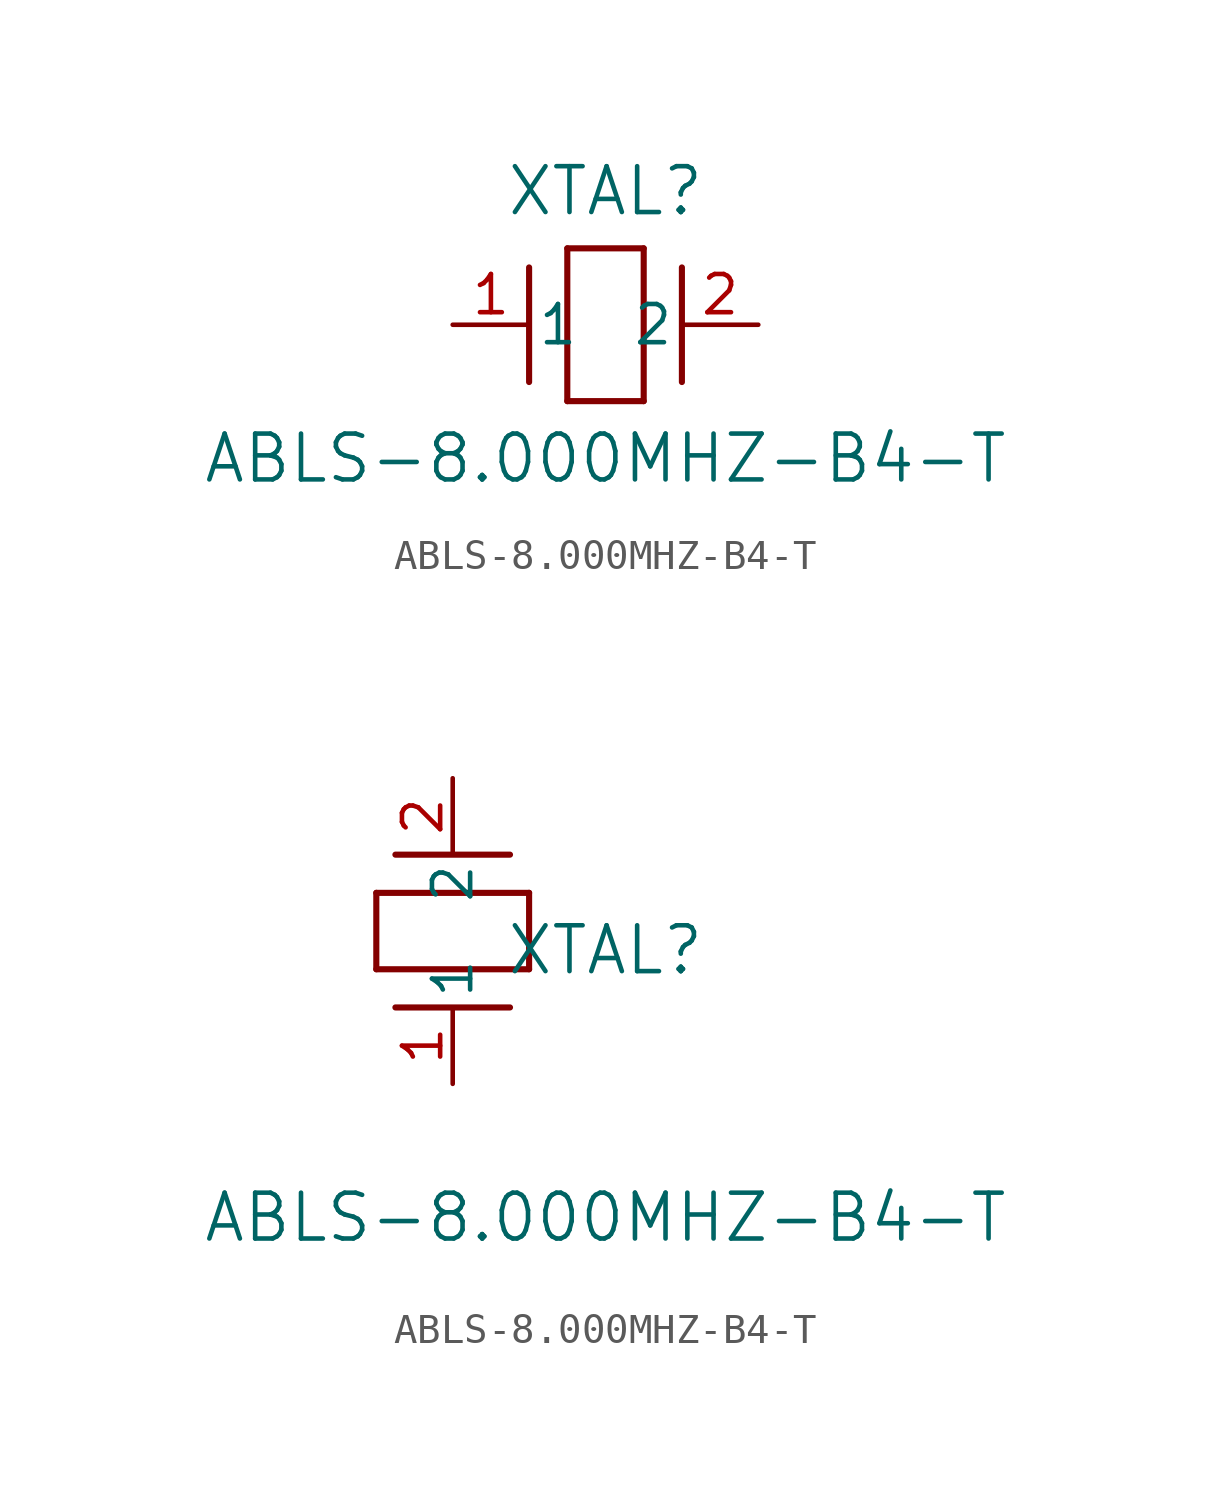
<source format=kicad_sym>
(kicad_symbol_lib
  (version 20211014)
  (generator kicad_symbol_editor)
  (symbol "ABLS-8.000MHZ-B4-T"
    (pin_names
      (offset 0.254))
    (property "Reference" "XTAL"
      (at 5.08 4.445 0)
      (effects (font (size 1.524 1.524))))
    (property "Value" "ABLS-8.000MHZ-B4-T"
      (at 5.08 -4.445 0)
      (effects (font (size 1.524 1.524))))
    (symbol "ABLS-8.000MHZ-B4-T_1_1"
      (polyline (pts (xy 2.54 -1.905) (xy 2.54 1.905)) (stroke (width 0.203) (type default) (color 0 0 0 0)) (fill (type none)))
      (polyline (pts (xy 6.35 2.54) (xy 6.35 -2.54)) (stroke (width 0.203) (type default) (color 0 0 0 0)) (fill (type none)))
      (polyline (pts (xy 7.62 -1.905) (xy 7.62 1.905)) (stroke (width 0.203) (type default) (color 0 0 0 0)) (fill (type none)))
      (polyline (pts (xy 6.35 -2.54) (xy 3.81 -2.54)) (stroke (width 0.203) (type default) (color 0 0 0 0)) (fill (type none)))
      (polyline (pts (xy 3.81 2.54) (xy 6.35 2.54)) (stroke (width 0.203) (type default) (color 0 0 0 0)) (fill (type none)))
      (polyline (pts (xy 3.81 -2.54) (xy 3.81 2.54)) (stroke (width 0.203) (type default) (color 0 0 0 0)) (fill (type none)))
      (pin unspecified line (at 0 0 0) (length 2.54) (name "1" (effects (font (size 1.27 1.27)))) (number "1" (effects (font (size 1.27 1.27)))))
      (pin unspecified line (at 10.16 0 180) (length 2.54) (name "2" (effects (font (size 1.27 1.27)))) (number "2" (effects (font (size 1.27 1.27))))))
    (symbol "ABLS-8.000MHZ-B4-T_1_2"
      (polyline (pts (xy 1.905 7.62) (xy -1.905 7.62)) (stroke (width 0.203) (type default) (color 0 0 0 0)) (fill (type none)))
      (polyline (pts (xy -2.54 3.81) (xy -2.54 6.35)) (stroke (width 0.203) (type default) (color 0 0 0 0)) (fill (type none)))
      (polyline (pts (xy 1.905 2.54) (xy -1.905 2.54)) (stroke (width 0.203) (type default) (color 0 0 0 0)) (fill (type none)))
      (polyline (pts (xy 2.54 6.35) (xy 2.54 3.81)) (stroke (width 0.203) (type default) (color 0 0 0 0)) (fill (type none)))
      (polyline (pts (xy -2.54 6.35) (xy 2.54 6.35)) (stroke (width 0.203) (type default) (color 0 0 0 0)) (fill (type none)))
      (polyline (pts (xy 2.54 3.81) (xy -2.54 3.81)) (stroke (width 0.203) (type default) (color 0 0 0 0)) (fill (type none)))
      (pin unspecified line (at 0 0 90) (length 2.54) (name "1" (effects (font (size 1.27 1.27)))) (number "1" (effects (font (size 1.27 1.27)))))
      (pin unspecified line (at 0 10.16 270) (length 2.54) (name "2" (effects (font (size 1.27 1.27)))) (number "2" (effects (font (size 1.27 1.27))))))))
</source>
